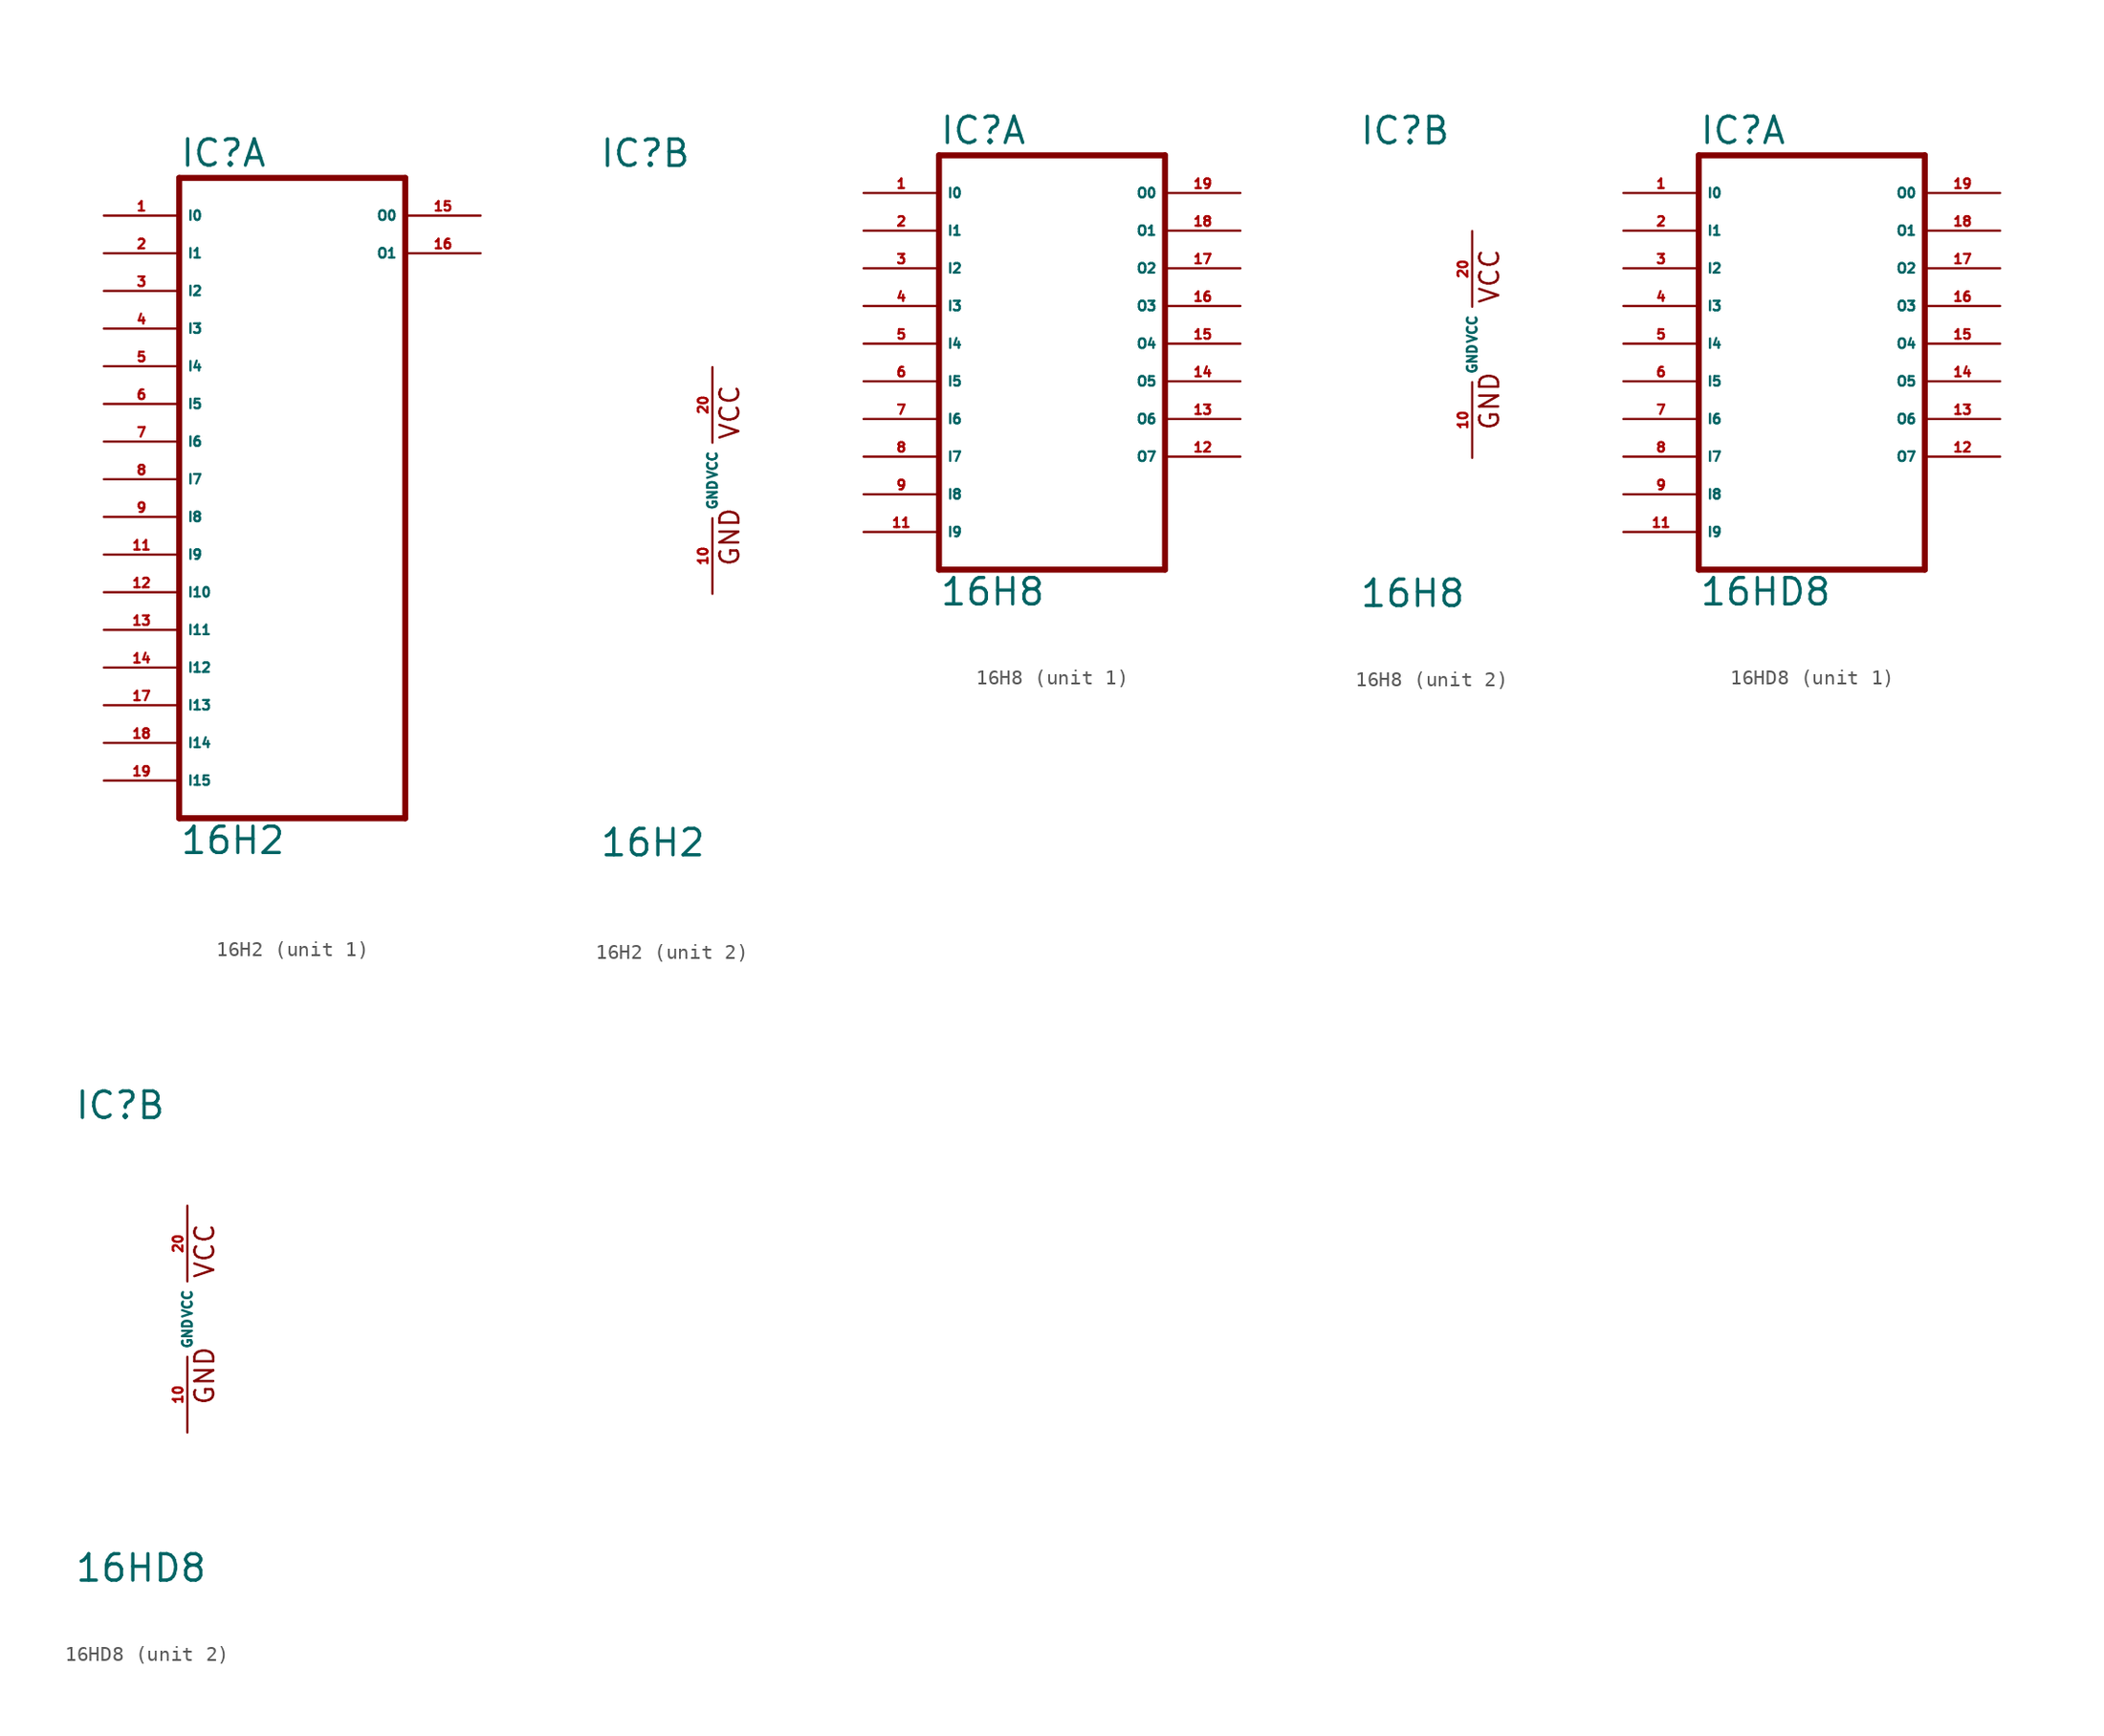
<source format=kicad_sym>
(kicad_symbol_lib
  (version 20220914)
  (generator Eagle2Kicad)
  (symbol "16H2"
    (property "Reference" "IC"
      (at -7.62 20.955 0)
      (effects (font (size 1.778 1.778) (thickness 0.22)) (justify left bottom)))
    (property "Value" "16H2"
      (at -7.62 -25.4 0)
      (effects (font (size 1.778 1.778) (thickness 0.22)) (justify left bottom)))
    (symbol "16H2_1_0"
      (polyline (pts (xy -7.62 20.32) (xy 7.62 20.32)) (stroke (width 0.406) (type default)) (fill (type none)))
      (polyline (pts (xy 7.62 -22.86) (xy 7.62 20.32)) (stroke (width 0.406) (type default)) (fill (type none)))
      (polyline (pts (xy 7.62 -22.86) (xy -7.62 -22.86)) (stroke (width 0.406) (type default)) (fill (type none)))
      (polyline (pts (xy -7.62 20.32) (xy -7.62 -22.86)) (stroke (width 0.406) (type default)) (fill (type none)))
      (pin input line (at -12.7 17.78 0) (length 5.08) (name "I0" (effects (font (size 0.635 0.635) (thickness 0.08)) (justify left bottom))) (number "1" (effects (font (size 0.635 0.635) (thickness 0.08)) (justify left bottom))))
      (pin input line (at -12.7 15.24 0) (length 5.08) (name "I1" (effects (font (size 0.635 0.635) (thickness 0.08)) (justify left bottom))) (number "2" (effects (font (size 0.635 0.635) (thickness 0.08)) (justify left bottom))))
      (pin input line (at -12.7 12.7 0) (length 5.08) (name "I2" (effects (font (size 0.635 0.635) (thickness 0.08)) (justify left bottom))) (number "3" (effects (font (size 0.635 0.635) (thickness 0.08)) (justify left bottom))))
      (pin input line (at -12.7 10.16 0) (length 5.08) (name "I3" (effects (font (size 0.635 0.635) (thickness 0.08)) (justify left bottom))) (number "4" (effects (font (size 0.635 0.635) (thickness 0.08)) (justify left bottom))))
      (pin input line (at -12.7 7.62 0) (length 5.08) (name "I4" (effects (font (size 0.635 0.635) (thickness 0.08)) (justify left bottom))) (number "5" (effects (font (size 0.635 0.635) (thickness 0.08)) (justify left bottom))))
      (pin input line (at -12.7 5.08 0) (length 5.08) (name "I5" (effects (font (size 0.635 0.635) (thickness 0.08)) (justify left bottom))) (number "6" (effects (font (size 0.635 0.635) (thickness 0.08)) (justify left bottom))))
      (pin input line (at -12.7 2.54 0) (length 5.08) (name "I6" (effects (font (size 0.635 0.635) (thickness 0.08)) (justify left bottom))) (number "7" (effects (font (size 0.635 0.635) (thickness 0.08)) (justify left bottom))))
      (pin input line (at -12.7 0 0) (length 5.08) (name "I7" (effects (font (size 0.635 0.635) (thickness 0.08)) (justify left bottom))) (number "8" (effects (font (size 0.635 0.635) (thickness 0.08)) (justify left bottom))))
      (pin input line (at -12.7 -2.54 0) (length 5.08) (name "I8" (effects (font (size 0.635 0.635) (thickness 0.08)) (justify left bottom))) (number "9" (effects (font (size 0.635 0.635) (thickness 0.08)) (justify left bottom))))
      (pin input line (at -12.7 -5.08 0) (length 5.08) (name "I9" (effects (font (size 0.635 0.635) (thickness 0.08)) (justify left bottom))) (number "11" (effects (font (size 0.635 0.635) (thickness 0.08)) (justify left bottom))))
      (pin input line (at -12.7 -7.62 0) (length 5.08) (name "I10" (effects (font (size 0.635 0.635) (thickness 0.08)) (justify left bottom))) (number "12" (effects (font (size 0.635 0.635) (thickness 0.08)) (justify left bottom))))
      (pin input line (at -12.7 -10.16 0) (length 5.08) (name "I11" (effects (font (size 0.635 0.635) (thickness 0.08)) (justify left bottom))) (number "13" (effects (font (size 0.635 0.635) (thickness 0.08)) (justify left bottom))))
      (pin input line (at -12.7 -12.7 0) (length 5.08) (name "I12" (effects (font (size 0.635 0.635) (thickness 0.08)) (justify left bottom))) (number "14" (effects (font (size 0.635 0.635) (thickness 0.08)) (justify left bottom))))
      (pin input line (at -12.7 -15.24 0) (length 5.08) (name "I13" (effects (font (size 0.635 0.635) (thickness 0.08)) (justify left bottom))) (number "17" (effects (font (size 0.635 0.635) (thickness 0.08)) (justify left bottom))))
      (pin input line (at -12.7 -17.78 0) (length 5.08) (name "I14" (effects (font (size 0.635 0.635) (thickness 0.08)) (justify left bottom))) (number "18" (effects (font (size 0.635 0.635) (thickness 0.08)) (justify left bottom))))
      (pin input line (at -12.7 -20.32 0) (length 5.08) (name "I15" (effects (font (size 0.635 0.635) (thickness 0.08)) (justify left bottom))) (number "19" (effects (font (size 0.635 0.635) (thickness 0.08)) (justify left bottom))))
      (pin output line (at 12.7 17.78 180) (length 5.08) (name "O0" (effects (font (size 0.635 0.635) (thickness 0.08)) (justify left bottom))) (number "15" (effects (font (size 0.635 0.635) (thickness 0.08)) (justify left bottom))))
      (pin output line (at 12.7 15.24 180) (length 5.08) (name "O1" (effects (font (size 0.635 0.635) (thickness 0.08)) (justify left bottom))) (number "16" (effects (font (size 0.635 0.635) (thickness 0.08)) (justify left bottom)))))
    (symbol "16H2_2_0"
      (text "GND" (at 1.905 -5.842 900) (effects (font (size 1.27 1.27) (thickness 0.16)) (justify left bottom)))
      (text "VCC" (at 1.905 2.667 900) (effects (font (size 1.27 1.27) (thickness 0.16)) (justify left bottom)))
      (pin unspecified line (at 0 -7.62 90) (length 5.08) (name "GND" (effects (font (size 0.635 0.635) (thickness 0.08)) (justify left bottom))) (number "10" (effects (font (size 0.635 0.635) (thickness 0.08)) (justify left bottom))))
      (pin unspecified line (at 0 7.62 270) (length 5.08) (name "VCC" (effects (font (size 0.635 0.635) (thickness 0.08)) (justify left bottom))) (number "20" (effects (font (size 0.635 0.635) (thickness 0.08)) (justify left bottom))))))
  (symbol "16H8"
    (property "Reference" "IC"
      (at -7.62 13.335 0)
      (effects (font (size 1.778 1.778) (thickness 0.22)) (justify left bottom)))
    (property "Value" "16H8"
      (at -7.62 -17.78 0)
      (effects (font (size 1.778 1.778) (thickness 0.22)) (justify left bottom)))
    (symbol "16H8_1_0"
      (polyline (pts (xy -7.62 -15.24) (xy 7.62 -15.24)) (stroke (width 0.406) (type default)) (fill (type none)))
      (polyline (pts (xy 7.62 -15.24) (xy 7.62 12.7)) (stroke (width 0.406) (type default)) (fill (type none)))
      (polyline (pts (xy 7.62 12.7) (xy -7.62 12.7)) (stroke (width 0.406) (type default)) (fill (type none)))
      (polyline (pts (xy -7.62 12.7) (xy -7.62 -15.24)) (stroke (width 0.406) (type default)) (fill (type none)))
      (pin input line (at -12.7 10.16 0) (length 5.08) (name "I0" (effects (font (size 0.635 0.635) (thickness 0.08)) (justify left bottom))) (number "1" (effects (font (size 0.635 0.635) (thickness 0.08)) (justify left bottom))))
      (pin input line (at -12.7 7.62 0) (length 5.08) (name "I1" (effects (font (size 0.635 0.635) (thickness 0.08)) (justify left bottom))) (number "2" (effects (font (size 0.635 0.635) (thickness 0.08)) (justify left bottom))))
      (pin input line (at -12.7 5.08 0) (length 5.08) (name "I2" (effects (font (size 0.635 0.635) (thickness 0.08)) (justify left bottom))) (number "3" (effects (font (size 0.635 0.635) (thickness 0.08)) (justify left bottom))))
      (pin input line (at -12.7 2.54 0) (length 5.08) (name "I3" (effects (font (size 0.635 0.635) (thickness 0.08)) (justify left bottom))) (number "4" (effects (font (size 0.635 0.635) (thickness 0.08)) (justify left bottom))))
      (pin input line (at -12.7 0 0) (length 5.08) (name "I4" (effects (font (size 0.635 0.635) (thickness 0.08)) (justify left bottom))) (number "5" (effects (font (size 0.635 0.635) (thickness 0.08)) (justify left bottom))))
      (pin input line (at -12.7 -2.54 0) (length 5.08) (name "I5" (effects (font (size 0.635 0.635) (thickness 0.08)) (justify left bottom))) (number "6" (effects (font (size 0.635 0.635) (thickness 0.08)) (justify left bottom))))
      (pin input line (at -12.7 -5.08 0) (length 5.08) (name "I6" (effects (font (size 0.635 0.635) (thickness 0.08)) (justify left bottom))) (number "7" (effects (font (size 0.635 0.635) (thickness 0.08)) (justify left bottom))))
      (pin input line (at -12.7 -7.62 0) (length 5.08) (name "I7" (effects (font (size 0.635 0.635) (thickness 0.08)) (justify left bottom))) (number "8" (effects (font (size 0.635 0.635) (thickness 0.08)) (justify left bottom))))
      (pin input line (at -12.7 -10.16 0) (length 5.08) (name "I8" (effects (font (size 0.635 0.635) (thickness 0.08)) (justify left bottom))) (number "9" (effects (font (size 0.635 0.635) (thickness 0.08)) (justify left bottom))))
      (pin input line (at -12.7 -12.7 0) (length 5.08) (name "I9" (effects (font (size 0.635 0.635) (thickness 0.08)) (justify left bottom))) (number "11" (effects (font (size 0.635 0.635) (thickness 0.08)) (justify left bottom))))
      (pin output line (at 12.7 -7.62 180) (length 5.08) (name "O7" (effects (font (size 0.635 0.635) (thickness 0.08)) (justify left bottom))) (number "12" (effects (font (size 0.635 0.635) (thickness 0.08)) (justify left bottom))))
      (pin tri_state line (at 12.7 -5.08 180) (length 5.08) (name "O6" (effects (font (size 0.635 0.635) (thickness 0.08)) (justify left bottom))) (number "13" (effects (font (size 0.635 0.635) (thickness 0.08)) (justify left bottom))))
      (pin tri_state line (at 12.7 -2.54 180) (length 5.08) (name "O5" (effects (font (size 0.635 0.635) (thickness 0.08)) (justify left bottom))) (number "14" (effects (font (size 0.635 0.635) (thickness 0.08)) (justify left bottom))))
      (pin tri_state line (at 12.7 0 180) (length 5.08) (name "O4" (effects (font (size 0.635 0.635) (thickness 0.08)) (justify left bottom))) (number "15" (effects (font (size 0.635 0.635) (thickness 0.08)) (justify left bottom))))
      (pin tri_state line (at 12.7 2.54 180) (length 5.08) (name "O3" (effects (font (size 0.635 0.635) (thickness 0.08)) (justify left bottom))) (number "16" (effects (font (size 0.635 0.635) (thickness 0.08)) (justify left bottom))))
      (pin tri_state line (at 12.7 5.08 180) (length 5.08) (name "O2" (effects (font (size 0.635 0.635) (thickness 0.08)) (justify left bottom))) (number "17" (effects (font (size 0.635 0.635) (thickness 0.08)) (justify left bottom))))
      (pin tri_state line (at 12.7 7.62 180) (length 5.08) (name "O1" (effects (font (size 0.635 0.635) (thickness 0.08)) (justify left bottom))) (number "18" (effects (font (size 0.635 0.635) (thickness 0.08)) (justify left bottom))))
      (pin output line (at 12.7 10.16 180) (length 5.08) (name "O0" (effects (font (size 0.635 0.635) (thickness 0.08)) (justify left bottom))) (number "19" (effects (font (size 0.635 0.635) (thickness 0.08)) (justify left bottom)))))
    (symbol "16H8_2_0"
      (text "GND" (at 1.905 -5.842 900) (effects (font (size 1.27 1.27) (thickness 0.16)) (justify left bottom)))
      (text "VCC" (at 1.905 2.667 900) (effects (font (size 1.27 1.27) (thickness 0.16)) (justify left bottom)))
      (pin unspecified line (at 0 -7.62 90) (length 5.08) (name "GND" (effects (font (size 0.635 0.635) (thickness 0.08)) (justify left bottom))) (number "10" (effects (font (size 0.635 0.635) (thickness 0.08)) (justify left bottom))))
      (pin unspecified line (at 0 7.62 270) (length 5.08) (name "VCC" (effects (font (size 0.635 0.635) (thickness 0.08)) (justify left bottom))) (number "20" (effects (font (size 0.635 0.635) (thickness 0.08)) (justify left bottom))))))
  (symbol "16HD8"
    (property "Reference" "IC"
      (at -7.62 13.335 0)
      (effects (font (size 1.778 1.778) (thickness 0.22)) (justify left bottom)))
    (property "Value" "16HD8"
      (at -7.62 -17.78 0)
      (effects (font (size 1.778 1.778) (thickness 0.22)) (justify left bottom)))
    (symbol "16HD8_1_0"
      (polyline (pts (xy -7.62 -15.24) (xy 7.62 -15.24)) (stroke (width 0.406) (type default)) (fill (type none)))
      (polyline (pts (xy 7.62 -15.24) (xy 7.62 12.7)) (stroke (width 0.406) (type default)) (fill (type none)))
      (polyline (pts (xy 7.62 12.7) (xy -7.62 12.7)) (stroke (width 0.406) (type default)) (fill (type none)))
      (polyline (pts (xy -7.62 12.7) (xy -7.62 -15.24)) (stroke (width 0.406) (type default)) (fill (type none)))
      (pin input line (at -12.7 10.16 0) (length 5.08) (name "I0" (effects (font (size 0.635 0.635) (thickness 0.08)) (justify left bottom))) (number "1" (effects (font (size 0.635 0.635) (thickness 0.08)) (justify left bottom))))
      (pin input line (at -12.7 7.62 0) (length 5.08) (name "I1" (effects (font (size 0.635 0.635) (thickness 0.08)) (justify left bottom))) (number "2" (effects (font (size 0.635 0.635) (thickness 0.08)) (justify left bottom))))
      (pin input line (at -12.7 5.08 0) (length 5.08) (name "I2" (effects (font (size 0.635 0.635) (thickness 0.08)) (justify left bottom))) (number "3" (effects (font (size 0.635 0.635) (thickness 0.08)) (justify left bottom))))
      (pin input line (at -12.7 2.54 0) (length 5.08) (name "I3" (effects (font (size 0.635 0.635) (thickness 0.08)) (justify left bottom))) (number "4" (effects (font (size 0.635 0.635) (thickness 0.08)) (justify left bottom))))
      (pin input line (at -12.7 0 0) (length 5.08) (name "I4" (effects (font (size 0.635 0.635) (thickness 0.08)) (justify left bottom))) (number "5" (effects (font (size 0.635 0.635) (thickness 0.08)) (justify left bottom))))
      (pin input line (at -12.7 -2.54 0) (length 5.08) (name "I5" (effects (font (size 0.635 0.635) (thickness 0.08)) (justify left bottom))) (number "6" (effects (font (size 0.635 0.635) (thickness 0.08)) (justify left bottom))))
      (pin input line (at -12.7 -5.08 0) (length 5.08) (name "I6" (effects (font (size 0.635 0.635) (thickness 0.08)) (justify left bottom))) (number "7" (effects (font (size 0.635 0.635) (thickness 0.08)) (justify left bottom))))
      (pin input line (at -12.7 -7.62 0) (length 5.08) (name "I7" (effects (font (size 0.635 0.635) (thickness 0.08)) (justify left bottom))) (number "8" (effects (font (size 0.635 0.635) (thickness 0.08)) (justify left bottom))))
      (pin input line (at -12.7 -10.16 0) (length 5.08) (name "I8" (effects (font (size 0.635 0.635) (thickness 0.08)) (justify left bottom))) (number "9" (effects (font (size 0.635 0.635) (thickness 0.08)) (justify left bottom))))
      (pin input line (at -12.7 -12.7 0) (length 5.08) (name "I9" (effects (font (size 0.635 0.635) (thickness 0.08)) (justify left bottom))) (number "11" (effects (font (size 0.635 0.635) (thickness 0.08)) (justify left bottom))))
      (pin output line (at 12.7 -7.62 180) (length 5.08) (name "O7" (effects (font (size 0.635 0.635) (thickness 0.08)) (justify left bottom))) (number "12" (effects (font (size 0.635 0.635) (thickness 0.08)) (justify left bottom))))
      (pin output line (at 12.7 -5.08 180) (length 5.08) (name "O6" (effects (font (size 0.635 0.635) (thickness 0.08)) (justify left bottom))) (number "13" (effects (font (size 0.635 0.635) (thickness 0.08)) (justify left bottom))))
      (pin output line (at 12.7 -2.54 180) (length 5.08) (name "O5" (effects (font (size 0.635 0.635) (thickness 0.08)) (justify left bottom))) (number "14" (effects (font (size 0.635 0.635) (thickness 0.08)) (justify left bottom))))
      (pin output line (at 12.7 0 180) (length 5.08) (name "O4" (effects (font (size 0.635 0.635) (thickness 0.08)) (justify left bottom))) (number "15" (effects (font (size 0.635 0.635) (thickness 0.08)) (justify left bottom))))
      (pin output line (at 12.7 2.54 180) (length 5.08) (name "O3" (effects (font (size 0.635 0.635) (thickness 0.08)) (justify left bottom))) (number "16" (effects (font (size 0.635 0.635) (thickness 0.08)) (justify left bottom))))
      (pin output line (at 12.7 5.08 180) (length 5.08) (name "O2" (effects (font (size 0.635 0.635) (thickness 0.08)) (justify left bottom))) (number "17" (effects (font (size 0.635 0.635) (thickness 0.08)) (justify left bottom))))
      (pin output line (at 12.7 7.62 180) (length 5.08) (name "O1" (effects (font (size 0.635 0.635) (thickness 0.08)) (justify left bottom))) (number "18" (effects (font (size 0.635 0.635) (thickness 0.08)) (justify left bottom))))
      (pin output line (at 12.7 10.16 180) (length 5.08) (name "O0" (effects (font (size 0.635 0.635) (thickness 0.08)) (justify left bottom))) (number "19" (effects (font (size 0.635 0.635) (thickness 0.08)) (justify left bottom)))))
    (symbol "16HD8_2_0"
      (text "GND" (at 1.905 -5.842 900) (effects (font (size 1.27 1.27) (thickness 0.16)) (justify left bottom)))
      (text "VCC" (at 1.905 2.667 900) (effects (font (size 1.27 1.27) (thickness 0.16)) (justify left bottom)))
      (pin unspecified line (at 0 -7.62 90) (length 5.08) (name "GND" (effects (font (size 0.635 0.635) (thickness 0.08)) (justify left bottom))) (number "10" (effects (font (size 0.635 0.635) (thickness 0.08)) (justify left bottom))))
      (pin unspecified line (at 0 7.62 270) (length 5.08) (name "VCC" (effects (font (size 0.635 0.635) (thickness 0.08)) (justify left bottom))) (number "20" (effects (font (size 0.635 0.635) (thickness 0.08)) (justify left bottom)))))))
</source>
